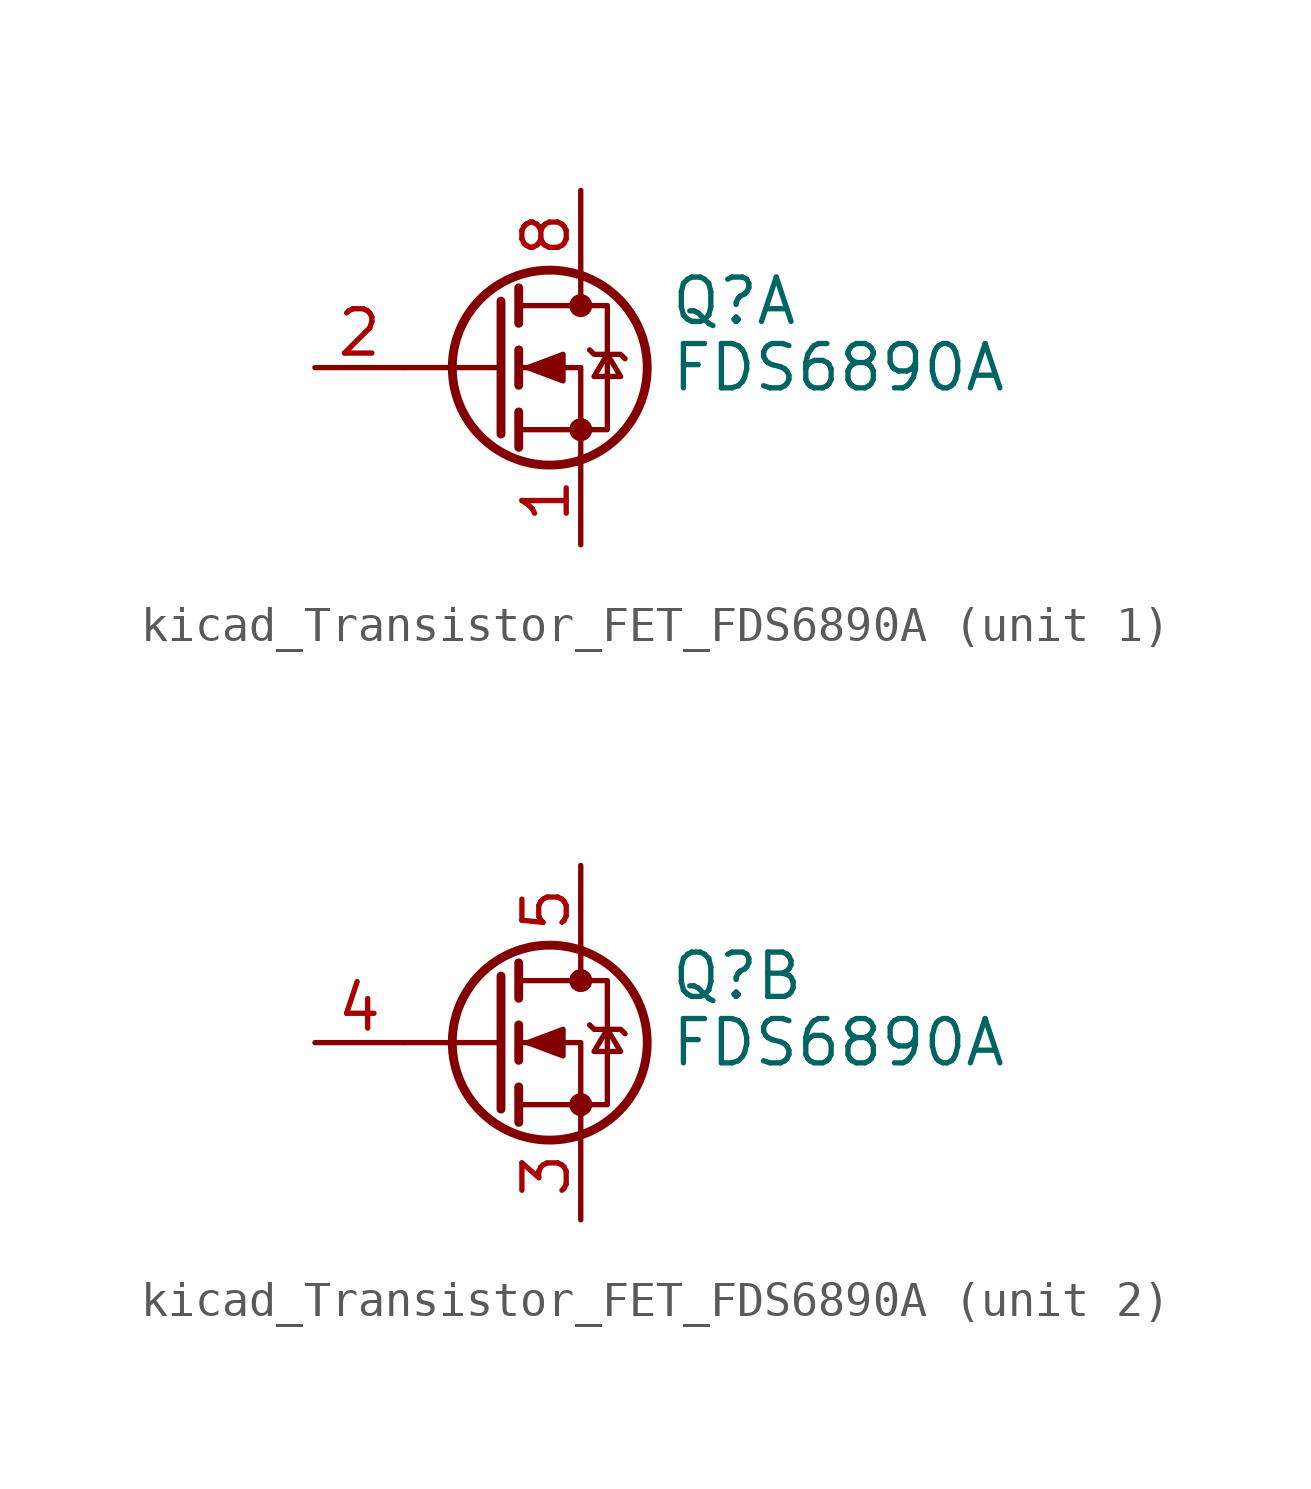
<source format=kicad_sym>
(kicad_symbol_lib
  (version 20220914)
  (generator kicad_symbol_editor)
  (symbol "kicad_Transistor_FET_FDS6890A"
    (pin_names hide)
    (property "Reference" "Q"
      (at 5.08 1.905 0)
      (effects (font (size 1.27 1.27)) (justify left)))
    (property "Value" "FDS6890A"
      (at 5.08 0 0)
      (effects (font (size 1.27 1.27)) (justify left)))
    (symbol "kicad_Transistor_FET_FDS6890A_0_1"
      (polyline (pts (xy 0.254 0) (xy -2.54 0)) (stroke (width 0) (type default)) (fill (type none)))
      (polyline (pts (xy 0.254 1.905) (xy 0.254 -1.905)) (stroke (width 0.254) (type default)) (fill (type none)))
      (polyline (pts (xy 0.762 -1.27) (xy 0.762 -2.286)) (stroke (width 0.254) (type default)) (fill (type none)))
      (polyline (pts (xy 0.762 0.508) (xy 0.762 -0.508)) (stroke (width 0.254) (type default)) (fill (type none)))
      (polyline (pts (xy 0.762 2.286) (xy 0.762 1.27)) (stroke (width 0.254) (type default)) (fill (type none)))
      (polyline (pts (xy 2.54 2.54) (xy 2.54 1.778)) (stroke (width 0) (type default)) (fill (type none)))
      (polyline (pts (xy 2.54 -2.54) (xy 2.54 0) (xy 0.762 0)) (stroke (width 0) (type default)) (fill (type none)))
      (polyline (pts (xy 0.762 -1.778) (xy 3.302 -1.778) (xy 3.302 1.778) (xy 0.762 1.778)) (stroke (width 0) (type default)) (fill (type none)))
      (polyline (pts (xy 1.016 0) (xy 2.032 0.381) (xy 2.032 -0.381) (xy 1.016 0)) (stroke (width 0) (type default)) (fill (type outline)))
      (polyline (pts (xy 2.794 0.508) (xy 2.921 0.381) (xy 3.683 0.381) (xy 3.81 0.254)) (stroke (width 0) (type default)) (fill (type none)))
      (polyline (pts (xy 3.302 0.381) (xy 2.921 -0.254) (xy 3.683 -0.254) (xy 3.302 0.381)) (stroke (width 0) (type default)) (fill (type none)))
      (circle (center 1.651 0) (radius 2.794) (stroke (width 0.254) (type default)) (fill (type none)))
      (circle (center 2.54 -1.778) (radius 0.254) (stroke (width 0) (type default)) (fill (type outline)))
      (circle (center 2.54 1.778) (radius 0.254) (stroke (width 0) (type default)) (fill (type outline))))
    (symbol "kicad_Transistor_FET_FDS6890A_1_1"
      (pin passive line (at 2.54 -5.08 90) (length 2.54) (name "S1" (effects (font (size 1.27 1.27)))) (number "1" (effects (font (size 1.27 1.27)))))
      (pin passive line (at -5.08 0 0) (length 2.54) (name "G1" (effects (font (size 1.27 1.27)))) (number "2" (effects (font (size 1.27 1.27)))))
      (pin passive line (at 2.54 5.08 270) (length 2.54) hide (name "D1" (effects (font (size 1.27 1.27)))) (number "7" (effects (font (size 1.27 1.27)))))
      (pin passive line (at 2.54 5.08 270) (length 2.54) (name "D1" (effects (font (size 1.27 1.27)))) (number "8" (effects (font (size 1.27 1.27))))))
    (symbol "kicad_Transistor_FET_FDS6890A_2_1"
      (pin passive line (at 2.54 -5.08 90) (length 2.54) (name "S2" (effects (font (size 1.27 1.27)))) (number "3" (effects (font (size 1.27 1.27)))))
      (pin passive line (at -5.08 0 0) (length 2.54) (name "G2" (effects (font (size 1.27 1.27)))) (number "4" (effects (font (size 1.27 1.27)))))
      (pin passive line (at 2.54 5.08 270) (length 2.54) (name "D2" (effects (font (size 1.27 1.27)))) (number "5" (effects (font (size 1.27 1.27)))))
      (pin passive line (at 2.54 5.08 270) (length 2.54) hide (name "D2" (effects (font (size 1.27 1.27)))) (number "6" (effects (font (size 1.27 1.27))))))))
</source>
